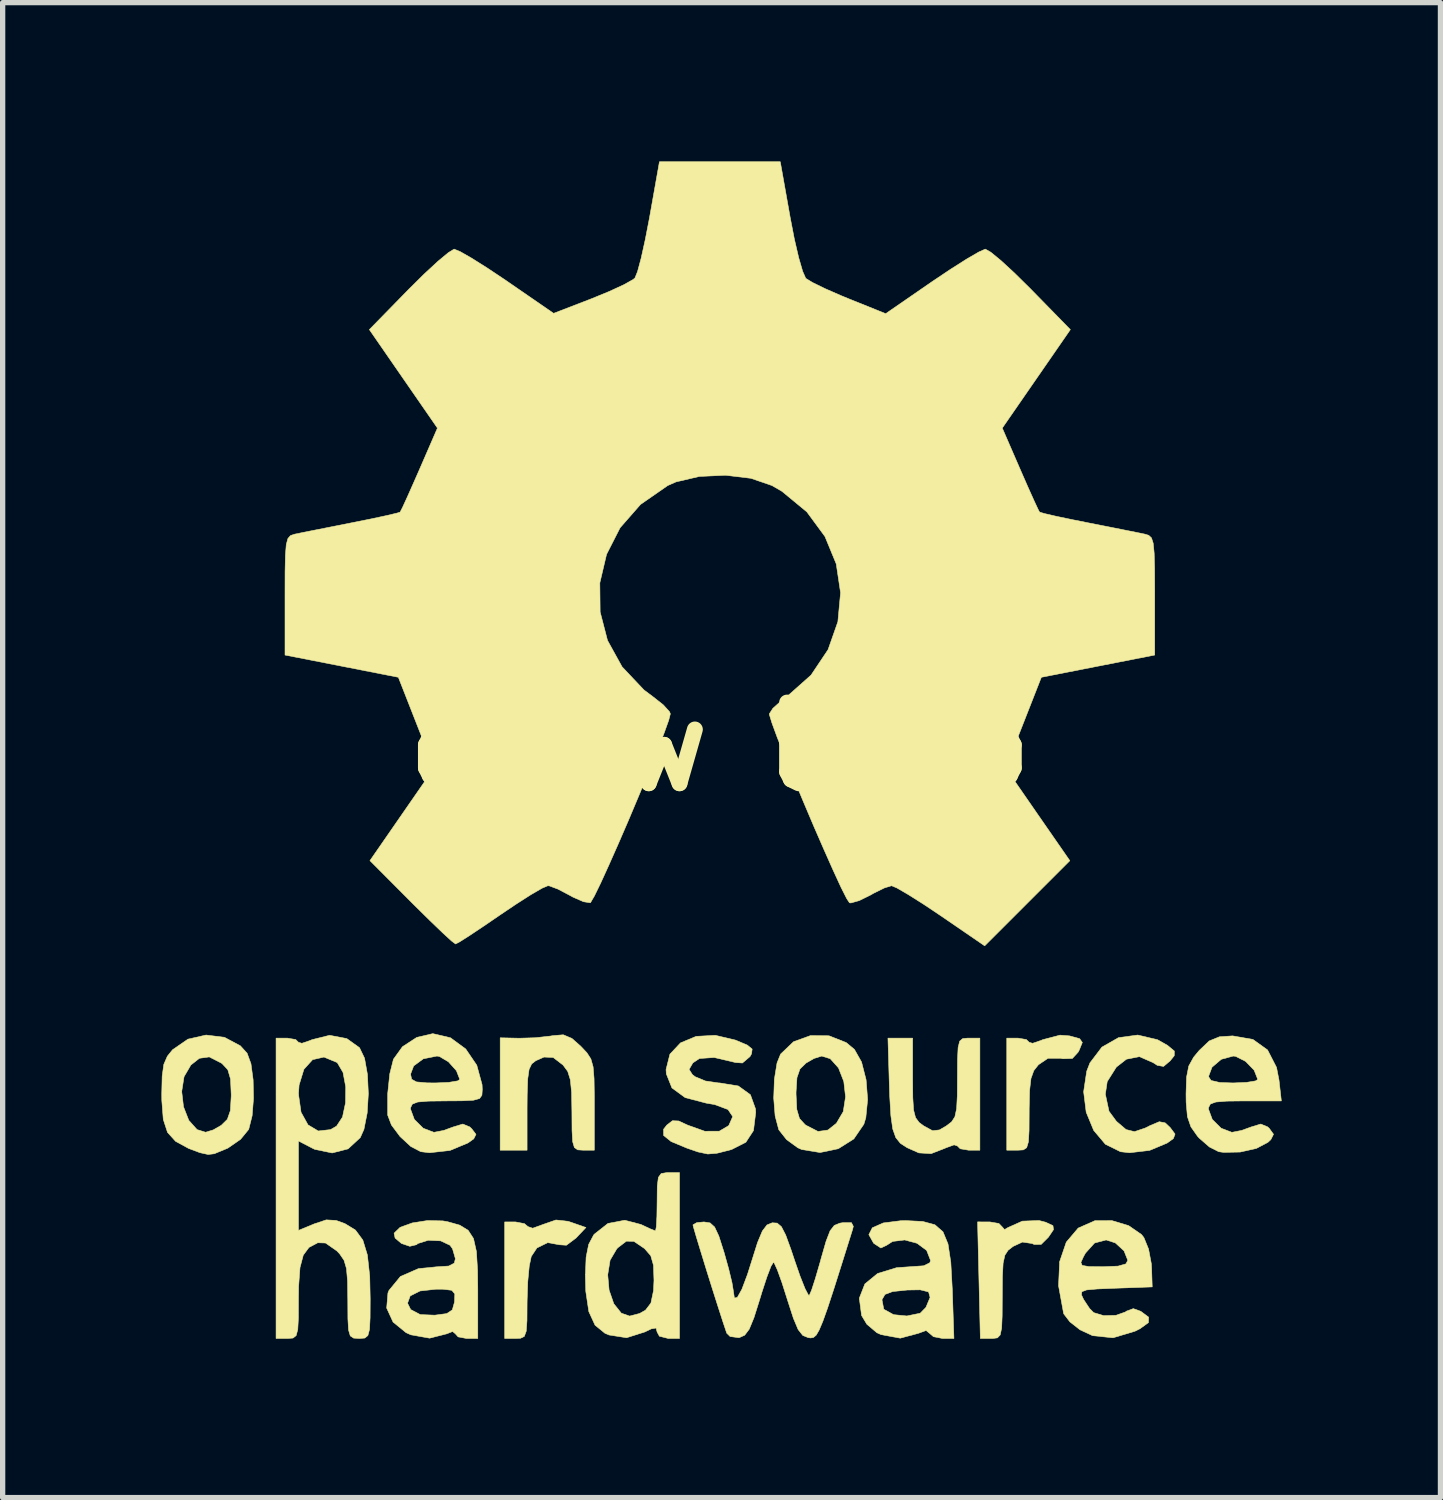
<source format=kicad_pcb>
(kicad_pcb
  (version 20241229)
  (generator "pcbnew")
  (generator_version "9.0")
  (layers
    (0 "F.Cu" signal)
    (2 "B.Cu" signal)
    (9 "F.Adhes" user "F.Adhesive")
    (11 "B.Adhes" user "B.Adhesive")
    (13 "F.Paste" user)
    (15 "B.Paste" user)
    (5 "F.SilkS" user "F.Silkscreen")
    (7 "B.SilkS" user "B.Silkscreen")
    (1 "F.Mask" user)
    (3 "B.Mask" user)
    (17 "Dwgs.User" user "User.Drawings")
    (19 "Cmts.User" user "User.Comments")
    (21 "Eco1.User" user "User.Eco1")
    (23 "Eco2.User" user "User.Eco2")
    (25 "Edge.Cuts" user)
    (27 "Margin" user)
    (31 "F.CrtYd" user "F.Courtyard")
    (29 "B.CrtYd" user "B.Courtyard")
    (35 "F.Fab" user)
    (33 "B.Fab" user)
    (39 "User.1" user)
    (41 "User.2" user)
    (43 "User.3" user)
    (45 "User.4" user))
  (footprint "oshw logo"
    (layer "F.Cu")
    (at 10.546 11.054)
    (property "Reference" "oshw logo" (at 0 0 0) (layer "F.SilkS") (effects (font (size 1.524 1.524) (thickness 0.3))))
    (attr through_hole)
    (fp_poly (pts (xy -2.867 8.963) (xy -2.801 8.985) (xy -2.529 9.08) (xy -2.716 9.278) (xy -2.898 9.415) (xy -3.03 9.406) (xy -3.252 9.366) (xy -3.455 9.466) (xy -3.562 9.627) (xy -3.6 9.809) (xy -3.628 10.102) (xy -3.64 10.448) (xy -3.641 10.504) (xy -3.643 10.838) (xy -3.657 11.038) (xy -3.694 11.138) (xy -3.765 11.172) (xy -3.852 11.176) (xy -4.064 11.176) (xy -4.064 8.975) (xy -3.859 8.975) (xy -3.691 9.007) (xy -3.625 9.063) (xy -3.535 9.094) (xy -3.335 9.021) (xy -3.335 9.021) (xy -3.096 8.938) (xy -2.867 8.963)) (stroke (width 0.01) (type solid)) (fill yes) (layer "F.SilkS"))
    (fp_poly (pts (xy 6.605 5.461) (xy 6.795 5.513) (xy 6.846 5.585) (xy 6.787 5.731) (xy 6.767 5.768) (xy 6.658 5.887) (xy 6.479 5.893) (xy 6.434 5.884) (xy 6.197 5.884) (xy 6.017 6.006) (xy 5.929 6.118) (xy 5.876 6.266) (xy 5.85 6.492) (xy 5.842 6.839) (xy 5.842 6.9) (xy 5.84 7.249) (xy 5.828 7.462) (xy 5.795 7.572) (xy 5.732 7.614) (xy 5.63 7.62) (xy 5.419 7.62) (xy 5.419 5.503) (xy 5.63 5.503) (xy 5.789 5.53) (xy 5.842 5.582) (xy 5.907 5.601) (xy 6.066 5.547) (xy 6.097 5.533) (xy 6.425 5.447) (xy 6.605 5.461)) (stroke (width 0.01) (type solid)) (fill yes) (layer "F.SilkS"))
    (fp_poly (pts (xy 6.152 8.98) (xy 6.291 9.044) (xy 6.302 9.12) (xy 6.206 9.262) (xy 6.069 9.399) (xy 5.937 9.401) (xy 5.9 9.383) (xy 5.715 9.355) (xy 5.54 9.436) (xy 5.444 9.51) (xy 5.383 9.604) (xy 5.35 9.754) (xy 5.337 10) (xy 5.334 10.374) (xy 5.332 10.746) (xy 5.322 10.98) (xy 5.295 11.109) (xy 5.243 11.164) (xy 5.158 11.176) (xy 5.127 11.176) (xy 4.92 11.176) (xy 4.894 10.075) (xy 4.868 8.974) (xy 5.101 8.975) (xy 5.27 9.004) (xy 5.334 9.07) (xy 5.377 9.119) (xy 5.44 9.082) (xy 5.713 8.96) (xy 6.028 8.948) (xy 6.152 8.98)) (stroke (width 0.01) (type solid)) (fill yes) (layer "F.SilkS"))
    (fp_poly (pts (xy -2.794 5.509) (xy -2.627 5.657) (xy -2.511 5.78) (xy -2.436 5.896) (xy -2.394 6.045) (xy -2.376 6.267) (xy -2.371 6.602) (xy -2.371 6.767) (xy -2.371 7.62) (xy -2.582 7.62) (xy -2.685 7.613) (xy -2.747 7.571) (xy -2.78 7.46) (xy -2.792 7.246) (xy -2.794 6.9) (xy -2.8 6.531) (xy -2.824 6.289) (xy -2.873 6.132) (xy -2.956 6.019) (xy -2.963 6.011) (xy -3.147 5.869) (xy -3.321 5.861) (xy -3.477 5.93) (xy -3.554 5.99) (xy -3.603 6.093) (xy -3.629 6.274) (xy -3.639 6.569) (xy -3.641 6.819) (xy -3.641 7.62) (xy -4.149 7.62) (xy -4.149 5.497) (xy -3.789 5.505) (xy -3.484 5.496) (xy -3.198 5.464) (xy -3.157 5.457) (xy -2.957 5.44) (xy -2.794 5.509)) (stroke (width 0.01) (type solid)) (fill yes) (layer "F.SilkS"))
    (fp_poly (pts (xy 8.265 5.533) (xy 8.454 5.639) (xy 8.584 5.747) (xy 8.582 5.836) (xy 8.504 5.933) (xy 8.38 6.038) (xy 8.261 6.017) (xy 8.183 5.966) (xy 7.924 5.853) (xy 7.68 5.901) (xy 7.489 6.05) (xy 7.316 6.324) (xy 7.281 6.562) (xy 7.35 6.885) (xy 7.489 7.074) (xy 7.672 7.23) (xy 7.831 7.27) (xy 8.037 7.2) (xy 8.122 7.157) (xy 8.299 7.082) (xy 8.412 7.104) (xy 8.506 7.193) (xy 8.597 7.315) (xy 8.566 7.4) (xy 8.448 7.485) (xy 8.116 7.624) (xy 7.738 7.668) (xy 7.568 7.649) (xy 7.282 7.508) (xy 7.061 7.246) (xy 6.919 6.902) (xy 6.871 6.516) (xy 6.929 6.128) (xy 6.99 5.971) (xy 7.216 5.673) (xy 7.53 5.494) (xy 7.893 5.445) (xy 8.265 5.533)) (stroke (width 0.01) (type solid)) (fill yes) (layer "F.SilkS"))
    (fp_poly (pts (xy 3.408 5.503) (xy 3.641 5.503) (xy 3.641 6.263) (xy 3.644 6.628) (xy 3.659 6.862) (xy 3.696 7.005) (xy 3.763 7.096) (xy 3.852 7.162) (xy 4.018 7.252) (xy 4.148 7.237) (xy 4.276 7.162) (xy 4.377 7.085) (xy 4.439 6.989) (xy 4.472 6.836) (xy 4.485 6.586) (xy 4.487 6.263) (xy 4.489 5.903) (xy 4.5 5.68) (xy 4.53 5.56) (xy 4.587 5.512) (xy 4.681 5.503) (xy 4.699 5.503) (xy 4.911 5.503) (xy 4.911 7.62) (xy 4.699 7.62) (xy 4.54 7.593) (xy 4.487 7.54) (xy 4.424 7.519) (xy 4.269 7.575) (xy 4.255 7.582) (xy 3.99 7.685) (xy 3.759 7.671) (xy 3.536 7.572) (xy 3.41 7.49) (xy 3.323 7.382) (xy 3.265 7.218) (xy 3.23 6.967) (xy 3.208 6.597) (xy 3.198 6.286) (xy 3.175 5.503) (xy 3.408 5.503)) (stroke (width 0.01) (type solid)) (fill yes) (layer "F.SilkS"))
    (fp_poly (pts (xy 2.061 5.459) (xy 2.386 5.587) (xy 2.542 5.717) (xy 2.676 5.954) (xy 2.762 6.29) (xy 2.791 6.663) (xy 2.757 7.006) (xy 2.72 7.129) (xy 2.53 7.407) (xy 2.237 7.592) (xy 1.893 7.664) (xy 1.546 7.607) (xy 1.472 7.574) (xy 1.26 7.42) (xy 1.114 7.235) (xy 1.112 7.23) (xy 1.044 6.973) (xy 1.017 6.634) (xy 1.02 6.562) (xy 1.439 6.562) (xy 1.453 6.849) (xy 1.504 7.022) (xy 1.611 7.138) (xy 1.628 7.15) (xy 1.854 7.266) (xy 2.041 7.239) (xy 2.201 7.112) (xy 2.331 6.891) (xy 2.374 6.612) (xy 2.341 6.322) (xy 2.241 6.066) (xy 2.085 5.892) (xy 1.924 5.842) (xy 1.777 5.888) (xy 1.628 5.974) (xy 1.513 6.086) (xy 1.456 6.251) (xy 1.439 6.522) (xy 1.439 6.562) (xy 1.02 6.562) (xy 1.03 6.279) (xy 1.08 5.972) (xy 1.147 5.805) (xy 1.392 5.571) (xy 1.713 5.455) (xy 2.061 5.459)) (stroke (width 0.01) (type solid)) (fill yes) (layer "F.SilkS"))
    (fp_poly (pts (xy -9.357 5.488) (xy -9.057 5.648) (xy -8.929 5.788) (xy -8.856 5.987) (xy -8.815 6.292) (xy -8.808 6.64) (xy -8.834 6.969) (xy -8.897 7.22) (xy -8.902 7.231) (xy -9.052 7.414) (xy -9.293 7.581) (xy -9.549 7.687) (xy -9.665 7.701) (xy -9.819 7.667) (xy -10.031 7.588) (xy -10.033 7.587) (xy -10.279 7.453) (xy -10.432 7.284) (xy -10.512 7.039) (xy -10.54 6.678) (xy -10.541 6.556) (xy -10.54 6.511) (xy -10.164 6.511) (xy -10.13 6.801) (xy -10.03 7.057) (xy -9.874 7.231) (xy -9.713 7.281) (xy -9.567 7.236) (xy -9.417 7.15) (xy -9.302 7.037) (xy -9.245 6.873) (xy -9.229 6.601) (xy -9.229 6.562) (xy -9.242 6.275) (xy -9.293 6.101) (xy -9.401 5.985) (xy -9.417 5.974) (xy -9.644 5.858) (xy -9.83 5.884) (xy -9.991 6.011) (xy -10.12 6.232) (xy -10.164 6.511) (xy -10.54 6.511) (xy -10.533 6.219) (xy -10.502 5.999) (xy -10.435 5.845) (xy -10.337 5.723) (xy -10.047 5.523) (xy -9.704 5.445) (xy -9.357 5.488)) (stroke (width 0.01) (type solid)) (fill yes) (layer "F.SilkS"))
    (fp_poly (pts (xy 0.297 5.541) (xy 0.519 5.635) (xy 0.61 5.71) (xy 0.598 5.8) (xy 0.569 5.852) (xy 0.426 5.973) (xy 0.296 5.964) (xy -0.107 5.869) (xy -0.386 5.888) (xy -0.51 5.971) (xy -0.581 6.094) (xy -0.518 6.193) (xy -0.467 6.232) (xy -0.273 6.313) (xy -0.02 6.35) (xy -0.003 6.35) (xy 0.349 6.407) (xy 0.577 6.572) (xy 0.674 6.841) (xy 0.677 6.911) (xy 0.635 7.25) (xy 0.491 7.47) (xy 0.226 7.605) (xy 0.19 7.616) (xy -0.056 7.678) (xy -0.229 7.692) (xy -0.413 7.653) (xy -0.624 7.58) (xy -0.921 7.456) (xy -1.062 7.342) (xy -1.063 7.224) (xy -1.002 7.146) (xy -0.895 7.063) (xy -0.778 7.068) (xy -0.607 7.147) (xy -0.285 7.262) (xy -0.011 7.261) (xy 0.168 7.155) (xy 0.243 6.985) (xy 0.154 6.852) (xy -0.098 6.758) (xy -0.257 6.731) (xy -0.655 6.627) (xy -0.905 6.444) (xy -1.011 6.178) (xy -1.016 6.096) (xy -0.943 5.806) (xy -0.743 5.593) (xy -0.448 5.47) (xy -0.087 5.45) (xy 0.297 5.541)) (stroke (width 0.01) (type solid)) (fill yes) (layer "F.SilkS"))
    (fp_poly (pts (xy -0.762 11.176) (xy -0.974 11.176) (xy -1.142 11.133) (xy -1.185 11.054) (xy -1.205 10.979) (xy -1.295 10.994) (xy -1.418 11.053) (xy -1.762 11.162) (xy -2.094 11.11) (xy -2.171 11.077) (xy -2.357 10.925) (xy -2.475 10.668) (xy -2.532 10.286) (xy -2.54 9.998) (xy -2.539 9.973) (xy -2.118 9.973) (xy -2.092 10.263) (xy -2.003 10.52) (xy -1.861 10.698) (xy -1.705 10.753) (xy -1.516 10.704) (xy -1.404 10.641) (xy -1.302 10.507) (xy -1.253 10.272) (xy -1.244 10.079) (xy -1.254 9.792) (xy -1.305 9.613) (xy -1.418 9.483) (xy -1.432 9.471) (xy -1.623 9.342) (xy -1.765 9.338) (xy -1.926 9.461) (xy -1.947 9.483) (xy -2.073 9.697) (xy -2.118 9.973) (xy -2.539 9.973) (xy -2.526 9.641) (xy -2.478 9.4) (xy -2.385 9.224) (xy -2.373 9.208) (xy -2.113 9.003) (xy -1.796 8.943) (xy -1.49 9.023) (xy -1.313 9.106) (xy -1.217 9.144) (xy -1.215 9.144) (xy -1.2 9.067) (xy -1.189 8.865) (xy -1.185 8.594) (xy -1.182 8.298) (xy -1.161 8.133) (xy -1.108 8.061) (xy -1.008 8.044) (xy -0.974 8.043) (xy -0.762 8.043) (xy -0.762 11.176)) (stroke (width 0.01) (type solid)) (fill yes) (layer "F.SilkS"))
    (fp_poly (pts (xy 3.833 8.966) (xy 4.061 9.028) (xy 4.214 9.161) (xy 4.309 9.39) (xy 4.362 9.738) (xy 4.389 10.231) (xy 4.39 10.246) (xy 4.421 11.176) (xy 4.207 11.176) (xy 4.034 11.142) (xy 3.961 11.079) (xy 3.895 11.025) (xy 3.748 11.079) (xy 3.407 11.17) (xy 3.045 11.103) (xy 2.965 11.067) (xy 2.776 10.907) (xy 2.677 10.742) (xy 2.638 10.446) (xy 3.062 10.446) (xy 3.096 10.624) (xy 3.281 10.726) (xy 3.532 10.751) (xy 3.784 10.699) (xy 3.892 10.589) (xy 3.971 10.4) (xy 3.942 10.296) (xy 3.783 10.257) (xy 3.536 10.261) (xy 3.263 10.29) (xy 3.119 10.344) (xy 3.063 10.441) (xy 3.062 10.446) (xy 2.638 10.446) (xy 2.634 10.415) (xy 2.739 10.146) (xy 2.979 9.949) (xy 3.338 9.839) (xy 3.594 9.821) (xy 3.851 9.803) (xy 3.967 9.745) (xy 3.979 9.7) (xy 3.906 9.513) (xy 3.724 9.378) (xy 3.49 9.315) (xy 3.263 9.343) (xy 3.149 9.416) (xy 3.041 9.467) (xy 2.911 9.382) (xy 2.902 9.373) (xy 2.814 9.215) (xy 2.88 9.085) (xy 3.086 8.994) (xy 3.417 8.952) (xy 3.514 8.95) (xy 3.833 8.966)) (stroke (width 0.01) (type solid)) (fill yes) (layer "F.SilkS"))
    (fp_poly (pts (xy 7.721 9.045) (xy 7.963 9.212) (xy 8.009 9.271) (xy 8.097 9.487) (xy 8.15 9.768) (xy 8.154 9.838) (xy 8.166 10.202) (xy 7.468 10.227) (xy 7.128 10.241) (xy 6.927 10.259) (xy 6.837 10.293) (xy 6.83 10.353) (xy 6.87 10.439) (xy 6.982 10.609) (xy 7.061 10.688) (xy 7.248 10.744) (xy 7.48 10.739) (xy 7.661 10.675) (xy 7.679 10.66) (xy 7.809 10.612) (xy 7.95 10.663) (xy 8.098 10.773) (xy 8.095 10.876) (xy 7.935 10.992) (xy 7.84 11.039) (xy 7.426 11.163) (xy 7.04 11.123) (xy 6.802 11.012) (xy 6.612 10.863) (xy 6.497 10.713) (xy 6.491 10.695) (xy 6.397 10.18) (xy 6.417 9.739) (xy 6.819 9.739) (xy 6.843 9.796) (xy 6.971 9.818) (xy 7.235 9.821) (xy 7.236 9.821) (xy 7.522 9.809) (xy 7.669 9.767) (xy 7.705 9.7) (xy 7.634 9.522) (xy 7.47 9.371) (xy 7.296 9.315) (xy 7.077 9.373) (xy 6.906 9.563) (xy 6.868 9.631) (xy 6.819 9.739) (xy 6.417 9.739) (xy 6.417 9.727) (xy 6.543 9.357) (xy 6.768 9.091) (xy 7.084 8.951) (xy 7.087 8.951) (xy 7.406 8.95) (xy 7.721 9.045)) (stroke (width 0.01) (type solid)) (fill yes) (layer "F.SilkS"))
    (fp_poly (pts (xy -5.233 8.955) (xy -5.141 8.971) (xy -4.912 9.036) (xy -4.754 9.133) (xy -4.653 9.288) (xy -4.598 9.533) (xy -4.576 9.895) (xy -4.572 10.261) (xy -4.572 11.176) (xy -4.784 11.176) (xy -4.943 11.146) (xy -4.995 11.088) (xy -5.047 11.044) (xy -5.159 11.088) (xy -5.482 11.17) (xy -5.835 11.107) (xy -5.927 11.066) (xy -6.172 10.866) (xy -6.293 10.601) (xy -6.285 10.51) (xy -5.899 10.51) (xy -5.839 10.63) (xy -5.658 10.725) (xy -5.384 10.736) (xy -5.159 10.706) (xy -5.053 10.636) (xy -5.012 10.49) (xy -5.011 10.477) (xy -5.006 10.334) (xy -5.063 10.266) (xy -5.226 10.246) (xy -5.36 10.245) (xy -5.663 10.279) (xy -5.849 10.373) (xy -5.899 10.51) (xy -6.285 10.51) (xy -6.269 10.317) (xy -6.249 10.268) (xy -6.033 10.005) (xy -5.694 9.857) (xy -5.355 9.823) (xy -5.122 9.808) (xy -5.016 9.753) (xy -4.995 9.669) (xy -5.049 9.481) (xy -5.097 9.415) (xy -5.274 9.332) (xy -5.507 9.321) (xy -5.703 9.382) (xy -5.73 9.405) (xy -5.856 9.435) (xy -6.014 9.381) (xy -6.134 9.279) (xy -6.153 9.187) (xy -6.039 9.077) (xy -5.811 8.994) (xy -5.524 8.949) (xy -5.233 8.955)) (stroke (width 0.01) (type solid)) (fill yes) (layer "F.SilkS"))
    (fp_poly (pts (xy 10.068 5.528) (xy 10.345 5.727) (xy 10.514 6.056) (xy 10.561 6.298) (xy 10.605 6.689) (xy 9.917 6.689) (xy 9.575 6.693) (xy 9.369 6.71) (xy 9.265 6.747) (xy 9.231 6.813) (xy 9.229 6.845) (xy 9.3 7.038) (xy 9.468 7.205) (xy 9.666 7.281) (xy 9.676 7.281) (xy 9.854 7.247) (xy 10.032 7.182) (xy 10.216 7.126) (xy 10.345 7.179) (xy 10.377 7.208) (xy 10.457 7.319) (xy 10.407 7.419) (xy 10.353 7.47) (xy 10.134 7.586) (xy 9.827 7.655) (xy 9.512 7.661) (xy 9.422 7.648) (xy 9.246 7.559) (xy 9.052 7.39) (xy 9.02 7.354) (xy 8.897 7.179) (xy 8.831 6.987) (xy 8.807 6.715) (xy 8.805 6.557) (xy 8.815 6.241) (xy 8.817 6.229) (xy 9.229 6.229) (xy 9.277 6.303) (xy 9.44 6.341) (xy 9.694 6.35) (xy 9.949 6.339) (xy 10.119 6.311) (xy 10.16 6.284) (xy 10.091 6.109) (xy 9.929 5.942) (xy 9.741 5.847) (xy 9.696 5.842) (xy 9.471 5.903) (xy 9.295 6.053) (xy 9.229 6.229) (xy 8.817 6.229) (xy 8.856 6.031) (xy 8.948 5.864) (xy 9.052 5.738) (xy 9.242 5.557) (xy 9.435 5.478) (xy 9.685 5.461) (xy 10.068 5.528)) (stroke (width 0.01) (type solid)) (fill yes) (layer "F.SilkS"))
    (fp_poly (pts (xy -5.087 5.497) (xy -4.8 5.708) (xy -4.591 6.015) (xy -4.491 6.382) (xy -4.487 6.474) (xy -4.494 6.581) (xy -4.538 6.644) (xy -4.653 6.676) (xy -4.874 6.687) (xy -5.165 6.689) (xy -5.504 6.693) (xy -5.707 6.71) (xy -5.808 6.749) (xy -5.841 6.816) (xy -5.842 6.845) (xy -5.771 7.038) (xy -5.603 7.205) (xy -5.405 7.281) (xy -5.395 7.281) (xy -5.217 7.247) (xy -5.039 7.182) (xy -4.855 7.126) (xy -4.724 7.18) (xy -4.686 7.216) (xy -4.606 7.321) (xy -4.648 7.405) (xy -4.757 7.483) (xy -5.098 7.625) (xy -5.484 7.668) (xy -5.649 7.648) (xy -5.837 7.55) (xy -6.04 7.362) (xy -6.203 7.144) (xy -6.274 6.957) (xy -6.274 6.556) (xy -6.235 6.184) (xy -5.842 6.184) (xy -5.821 6.28) (xy -5.731 6.33) (xy -5.533 6.348) (xy -5.376 6.35) (xy -5.121 6.339) (xy -4.952 6.311) (xy -4.911 6.284) (xy -4.976 6.118) (xy -5.127 5.95) (xy -5.298 5.849) (xy -5.344 5.842) (xy -5.601 5.894) (xy -5.783 6.028) (xy -5.842 6.184) (xy -6.235 6.184) (xy -6.234 6.177) (xy -6.165 5.902) (xy -5.994 5.665) (xy -5.724 5.489) (xy -5.424 5.419) (xy -5.419 5.419) (xy -5.087 5.497)) (stroke (width 0.01) (type solid)) (fill yes) (layer "F.SilkS"))
    (fp_poly (pts (xy -0.185 8.993) (xy -0.099 9.071) (xy -0.019 9.242) (xy 0.077 9.543) (xy 0.081 9.555) (xy 0.167 9.864) (xy 0.229 10.121) (xy 0.254 10.273) (xy 0.254 10.275) (xy 0.275 10.413) (xy 0.331 10.399) (xy 0.417 10.245) (xy 0.523 9.963) (xy 0.601 9.716) (xy 0.712 9.364) (xy 0.803 9.146) (xy 0.89 9.032) (xy 0.989 8.991) (xy 1.083 8.997) (xy 1.162 9.064) (xy 1.243 9.221) (xy 1.344 9.498) (xy 1.407 9.687) (xy 1.515 9.999) (xy 1.608 10.233) (xy 1.672 10.355) (xy 1.689 10.363) (xy 1.732 10.265) (xy 1.803 10.046) (xy 1.89 9.748) (xy 1.912 9.667) (xy 2.006 9.34) (xy 2.082 9.143) (xy 2.161 9.041) (xy 2.266 8.998) (xy 2.322 8.989) (xy 2.485 8.988) (xy 2.521 9.058) (xy 2.507 9.116) (xy 2.309 9.747) (xy 2.155 10.234) (xy 2.036 10.597) (xy 1.945 10.852) (xy 1.875 11.018) (xy 1.819 11.114) (xy 1.768 11.157) (xy 1.716 11.166) (xy 1.668 11.16) (xy 1.567 11.119) (xy 1.479 11.008) (xy 1.389 10.794) (xy 1.277 10.448) (xy 1.273 10.435) (xy 1.173 10.121) (xy 1.086 9.88) (xy 1.026 9.749) (xy 1.012 9.737) (xy 0.966 9.812) (xy 0.889 10.013) (xy 0.794 10.303) (xy 0.754 10.435) (xy 0.644 10.784) (xy 0.555 11) (xy 0.469 11.114) (xy 0.369 11.159) (xy 0.358 11.161) (xy 0.194 11.139) (xy 0.13 11.076) (xy 0.057 10.858) (xy -0.041 10.554) (xy -0.153 10.202) (xy -0.266 9.84) (xy -0.369 9.505) (xy -0.451 9.235) (xy -0.5 9.066) (xy -0.508 9.03) (xy -0.436 8.988) (xy -0.3 8.975) (xy -0.185 8.993)) (stroke (width 0.01) (type solid)) (fill yes) (layer "F.SilkS"))
    (fp_poly (pts (xy -7.046 5.512) (xy -6.806 5.684) (xy -6.711 5.882) (xy -6.656 6.19) (xy -6.639 6.554) (xy -6.661 6.917) (xy -6.722 7.226) (xy -6.792 7.383) (xy -7.022 7.595) (xy -7.322 7.672) (xy -7.649 7.605) (xy -7.698 7.581) (xy -7.959 7.446) (xy -7.959 9.135) (xy -7.662 9.012) (xy -7.434 8.936) (xy -7.246 8.947) (xy -7.081 9.007) (xy -6.882 9.129) (xy -6.743 9.318) (xy -6.657 9.6) (xy -6.613 10.001) (xy -6.604 10.427) (xy -6.606 10.784) (xy -6.617 11.004) (xy -6.648 11.121) (xy -6.706 11.168) (xy -6.803 11.176) (xy -6.816 11.176) (xy -6.918 11.169) (xy -6.98 11.127) (xy -7.013 11.017) (xy -7.025 10.804) (xy -7.027 10.455) (xy -7.027 10.452) (xy -7.032 10.091) (xy -7.052 9.855) (xy -7.098 9.699) (xy -7.18 9.579) (xy -7.234 9.522) (xy -7.448 9.373) (xy -7.594 9.368) (xy -7.76 9.456) (xy -7.868 9.602) (xy -7.93 9.837) (xy -7.956 10.192) (xy -7.959 10.43) (xy -7.96 10.786) (xy -7.972 11.006) (xy -8.003 11.122) (xy -8.062 11.168) (xy -8.159 11.176) (xy -8.17 11.176) (xy -8.382 11.176) (xy -8.382 6.562) (xy -7.959 6.562) (xy -7.91 6.904) (xy -7.778 7.142) (xy -7.585 7.257) (xy -7.354 7.231) (xy -7.239 7.165) (xy -7.127 6.994) (xy -7.07 6.726) (xy -7.066 6.425) (xy -7.117 6.152) (xy -7.223 5.971) (xy -7.234 5.962) (xy -7.477 5.861) (xy -7.692 5.91) (xy -7.856 6.092) (xy -7.947 6.388) (xy -7.959 6.562) (xy -8.382 6.562) (xy -8.382 5.503) (xy -8.17 5.503) (xy -8.011 5.53) (xy -7.959 5.582) (xy -7.894 5.601) (xy -7.735 5.547) (xy -7.704 5.533) (xy -7.371 5.45) (xy -7.046 5.512)) (stroke (width 0.01) (type solid)) (fill yes) (layer "F.SilkS"))
    (fp_poly (pts (xy 1.328 -9.998) (xy 1.407 -9.589) (xy 1.489 -9.237) (xy 1.564 -8.979) (xy 1.622 -8.848) (xy 1.625 -8.845) (xy 1.751 -8.768) (xy 1.991 -8.651) (xy 2.302 -8.515) (xy 2.434 -8.461) (xy 3.132 -8.18) (xy 4.015 -8.789) (xy 4.36 -9.02) (xy 4.661 -9.211) (xy 4.888 -9.343) (xy 5.011 -9.398) (xy 5.016 -9.398) (xy 5.118 -9.34) (xy 5.309 -9.183) (xy 5.562 -8.95) (xy 5.853 -8.663) (xy 5.877 -8.639) (xy 6.62 -7.879) (xy 5.977 -6.949) (xy 5.334 -6.019) (xy 5.672 -5.24) (xy 5.817 -4.909) (xy 5.937 -4.642) (xy 6.016 -4.473) (xy 6.039 -4.432) (xy 6.128 -4.405) (xy 6.348 -4.354) (xy 6.663 -4.288) (xy 6.949 -4.231) (xy 7.335 -4.155) (xy 7.676 -4.087) (xy 7.925 -4.037) (xy 8.022 -4.017) (xy 8.099 -3.994) (xy 8.152 -3.945) (xy 8.185 -3.842) (xy 8.203 -3.657) (xy 8.211 -3.363) (xy 8.213 -2.932) (xy 8.213 -2.854) (xy 8.213 -1.732) (xy 7.142 -1.522) (xy 6.072 -1.312) (xy 5.736 -0.455) (xy 5.399 0.403) (xy 6.004 1.278) (xy 6.61 2.152) (xy 5.806 2.956) (xy 5.002 3.76) (xy 4.173 3.192) (xy 3.841 2.97) (xy 3.554 2.789) (xy 3.344 2.667) (xy 3.243 2.625) (xy 3.111 2.665) (xy 2.906 2.766) (xy 2.843 2.802) (xy 2.632 2.906) (xy 2.476 2.95) (xy 2.448 2.947) (xy 2.394 2.864) (xy 2.287 2.652) (xy 2.142 2.337) (xy 1.968 1.946) (xy 1.777 1.508) (xy 1.582 1.048) (xy 1.393 0.595) (xy 1.223 0.176) (xy 1.082 -0.181) (xy 0.983 -0.451) (xy 0.936 -0.605) (xy 0.935 -0.622) (xy 1.001 -0.725) (xy 1.165 -0.872) (xy 1.262 -0.944) (xy 1.722 -1.353) (xy 2.044 -1.834) (xy 2.229 -2.361) (xy 2.28 -2.909) (xy 2.198 -3.454) (xy 1.985 -3.971) (xy 1.643 -4.436) (xy 1.173 -4.824) (xy 0.985 -4.933) (xy 0.587 -5.07) (xy 0.107 -5.128) (xy -0.388 -5.105) (xy -0.829 -5.002) (xy -0.985 -4.933) (xy -1.498 -4.577) (xy -1.884 -4.136) (xy -2.14 -3.634) (xy -2.267 -3.095) (xy -2.261 -2.545) (xy -2.122 -2.008) (xy -1.846 -1.509) (xy -1.434 -1.073) (xy -1.262 -0.944) (xy -1.068 -0.791) (xy -0.951 -0.662) (xy -0.935 -0.622) (xy -0.965 -0.504) (xy -1.051 -0.263) (xy -1.182 0.074) (xy -1.346 0.48) (xy -1.531 0.926) (xy -1.725 1.387) (xy -1.918 1.833) (xy -2.098 2.239) (xy -2.252 2.577) (xy -2.37 2.819) (xy -2.44 2.939) (xy -2.448 2.947) (xy -2.575 2.927) (xy -2.776 2.839) (xy -2.843 2.802) (xy -3.057 2.689) (xy -3.221 2.628) (xy -3.248 2.625) (xy -3.357 2.671) (xy -3.571 2.795) (xy -3.858 2.979) (xy -4.149 3.175) (xy -4.468 3.393) (xy -4.735 3.571) (xy -4.92 3.688) (xy -4.992 3.725) (xy -5.067 3.669) (xy -5.236 3.514) (xy -5.477 3.282) (xy -5.765 2.998) (xy -5.825 2.938) (xy -6.609 2.151) (xy -6.004 1.277) (xy -5.399 0.403) (xy -5.736 -0.455) (xy -6.072 -1.312) (xy -7.142 -1.522) (xy -8.213 -1.732) (xy -8.213 -2.854) (xy -8.212 -3.308) (xy -8.205 -3.621) (xy -8.189 -3.82) (xy -8.158 -3.933) (xy -8.109 -3.989) (xy -8.035 -4.014) (xy -8.022 -4.017) (xy -7.861 -4.05) (xy -7.579 -4.106) (xy -7.22 -4.177) (xy -6.949 -4.231) (xy -6.585 -4.304) (xy -6.288 -4.368) (xy -6.095 -4.414) (xy -6.039 -4.432) (xy -5.995 -4.517) (xy -5.901 -4.722) (xy -5.771 -5.015) (xy -5.672 -5.24) (xy -5.334 -6.019) (xy -5.977 -6.949) (xy -6.62 -7.879) (xy -5.877 -8.639) (xy -5.585 -8.928) (xy -5.327 -9.167) (xy -5.13 -9.331) (xy -5.021 -9.398) (xy -5.016 -9.398) (xy -4.905 -9.352) (xy -4.686 -9.227) (xy -4.391 -9.041) (xy -4.049 -8.813) (xy -4.019 -8.792) (xy -3.14 -8.186) (xy -2.417 -8.465) (xy -2.086 -8.601) (xy -1.813 -8.727) (xy -1.638 -8.825) (xy -1.603 -8.855) (xy -1.554 -8.977) (xy -1.486 -9.23) (xy -1.409 -9.578) (xy -1.33 -9.984) (xy -1.326 -10.007) (xy -1.141 -11.049) (xy 1.141 -11.049) (xy 1.328 -9.998)) (stroke (width 0.01) (type solid)) (fill yes) (layer "F.SilkS")))
  (gr_rect
    (start -3 -3)
    (end 24.156 25.235)
    (stroke (width 0.1) (type default))
    (fill no)
    (layer "Edge.Cuts")))
</source>
